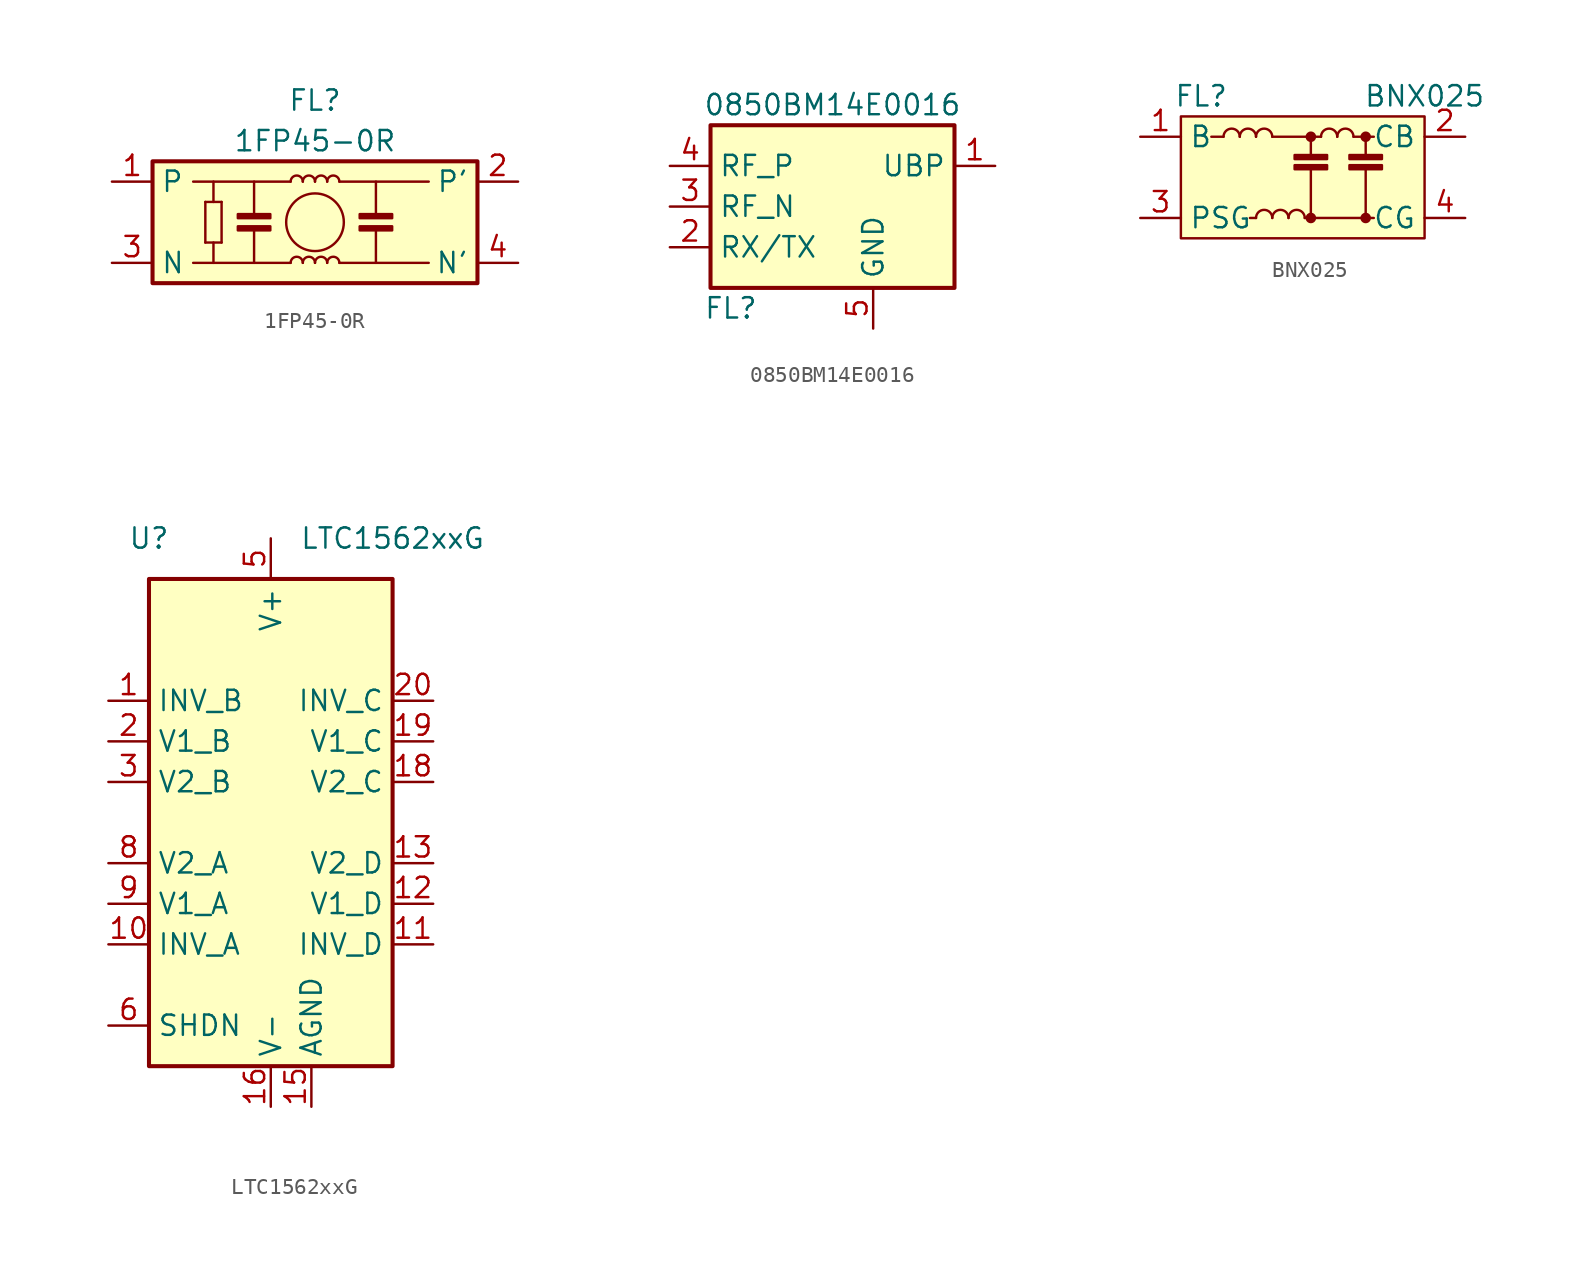
<source format=kicad_sym>
(kicad_symbol_lib
  (version 20201005)
  (generator kicad_symbol_editor)
  (symbol "1FP45-0R"
    (property "Reference" "FL"
      (at 0 7.62 0)
      (effects (font (size 1.27 1.27))))
    (property "Value" "1FP45-0R"
      (at 0 5.08 0)
      (effects (font (size 1.27 1.27))))
    (symbol "1FP45-0R_1_1"
      (arc (start -0.762 -2.54) (end -1.524 -2.54) (radius (at -1.143 -2.54) (length 0.381) (angles 0.1 179.9)) (stroke (width 0)) (fill (type none)))
      (arc (start -0.762 2.54) (end -1.524 2.54) (radius (at -1.143 2.54) (length 0.381) (angles 0.1 179.9)) (stroke (width 0)) (fill (type none)))
      (arc (start 0 -2.54) (end -0.762 -2.54) (radius (at -0.381 -2.54) (length 0.381) (angles 0.1 179.9)) (stroke (width 0)) (fill (type none)))
      (arc (start 0 2.54) (end -0.762 2.54) (radius (at -0.381 2.54) (length 0.381) (angles 0.1 179.9)) (stroke (width 0)) (fill (type none)))
      (arc (start 0.762 -2.54) (end 0 -2.54) (radius (at 0.381 -2.54) (length 0.381) (angles 0.1 179.9)) (stroke (width 0)) (fill (type none)))
      (arc (start 0.762 2.54) (end 0 2.54) (radius (at 0.381 2.54) (length 0.381) (angles 0.1 179.9)) (stroke (width 0)) (fill (type none)))
      (arc (start 1.524 -2.54) (end 0.762 -2.54) (radius (at 1.143 -2.54) (length 0.381) (angles 0.1 179.9)) (stroke (width 0)) (fill (type none)))
      (arc (start 1.524 2.54) (end 0.762 2.54) (radius (at 1.143 2.54) (length 0.381) (angles 0.1 179.9)) (stroke (width 0)) (fill (type none)))
      (circle (center 0 0) (radius 1.803) (stroke (width 0)) (fill (type none)))
      (rectangle (start -4.826 -0.254) (end -2.794 -0.508) (stroke (width 0)) (fill (type outline)))
      (rectangle (start -4.826 0.254) (end -2.794 0.508) (stroke (width 0)) (fill (type outline)))
      (rectangle (start 2.794 -0.254) (end 4.826 -0.508) (stroke (width 0)) (fill (type outline)))
      (rectangle (start 2.794 0.254) (end 4.826 0.508) (stroke (width 0)) (fill (type outline)))
      (rectangle (start -10.16 3.81) (end 10.16 -3.81) (stroke (width 0.254)) (fill (type background)))
      (polyline (pts (xy -6.858 -1.27) (xy -6.858 1.27)) (stroke (width 0)) (fill (type none)))
      (polyline (pts (xy -6.858 -1.27) (xy -5.842 -1.27)) (stroke (width 0)) (fill (type none)))
      (polyline (pts (xy -6.858 1.27) (xy -5.842 1.27)) (stroke (width 0)) (fill (type none)))
      (polyline (pts (xy -6.35 -1.27) (xy -6.35 -2.54)) (stroke (width 0)) (fill (type none)))
      (polyline (pts (xy -6.35 1.27) (xy -6.35 2.54)) (stroke (width 0)) (fill (type none)))
      (polyline (pts (xy -5.842 -1.27) (xy -5.842 1.27)) (stroke (width 0)) (fill (type none)))
      (polyline (pts (xy -3.81 -0.508) (xy -3.81 -2.54)) (stroke (width 0)) (fill (type none)))
      (polyline (pts (xy -3.81 0.508) (xy -3.81 2.54)) (stroke (width 0)) (fill (type none)))
      (polyline (pts (xy -1.524 -2.54) (xy -7.62 -2.54)) (stroke (width 0)) (fill (type none)))
      (polyline (pts (xy -1.524 2.54) (xy -7.62 2.54)) (stroke (width 0)) (fill (type none)))
      (polyline (pts (xy 1.524 -2.54) (xy 7.112 -2.54)) (stroke (width 0)) (fill (type none)))
      (polyline (pts (xy 3.81 -0.508) (xy 3.81 -2.54)) (stroke (width 0)) (fill (type none)))
      (polyline (pts (xy 3.81 0.508) (xy 3.81 2.54)) (stroke (width 0)) (fill (type none)))
      (polyline (pts (xy 7.112 2.54) (xy 1.524 2.54)) (stroke (width 0)) (fill (type none)))
      (pin passive line (at -12.7 2.54 0) (length 2.54) (name "P" (effects (font (size 1.27 1.27)))) (number "1" (effects (font (size 1.27 1.27)))))
      (pin passive line (at 12.7 2.54 180) (length 2.54) (name "P'" (effects (font (size 1.27 1.27)))) (number "2" (effects (font (size 1.27 1.27)))))
      (pin passive line (at -12.7 -2.54 0) (length 2.54) (name "N" (effects (font (size 1.27 1.27)))) (number "3" (effects (font (size 1.27 1.27)))))
      (pin passive line (at 12.7 -2.54 180) (length 2.54) (name "N'" (effects (font (size 1.27 1.27)))) (number "4" (effects (font (size 1.27 1.27)))))))
  (symbol "0850BM14E0016"
    (property "Reference" "FL"
      (at -6.35 -6.35 0)
      (effects (font (size 1.27 1.27))))
    (property "Value" "0850BM14E0016"
      (at 0 6.35 0)
      (effects (font (size 1.27 1.27))))
    (symbol "0850BM14E0016_0_0"
      (pin passive line (at 10.16 2.54 180) (length 2.54) (name "UBP" (effects (font (size 1.27 1.27)))) (number "1" (effects (font (size 1.27 1.27)))))
      (pin passive line (at -10.16 -2.54 0) (length 2.54) (name "RX/TX" (effects (font (size 1.27 1.27)))) (number "2" (effects (font (size 1.27 1.27)))))
      (pin passive line (at -10.16 0 0) (length 2.54) (name "RF_N" (effects (font (size 1.27 1.27)))) (number "3" (effects (font (size 1.27 1.27)))))
      (pin passive line (at -10.16 2.54 0) (length 2.54) (name "RF_P" (effects (font (size 1.27 1.27)))) (number "4" (effects (font (size 1.27 1.27)))))
      (pin power_in line (at 2.54 -7.62 90) (length 2.54) (name "GND" (effects (font (size 1.27 1.27)))) (number "5" (effects (font (size 1.27 1.27)))))
      (pin passive line (at 2.54 -7.62 90) (length 2.54) hide (name "GND" (effects (font (size 1.27 1.27)))) (number "6" (effects (font (size 1.27 1.27))))))
    (symbol "0850BM14E0016_0_1"
      (rectangle (start -7.62 5.08) (end 7.62 -5.08) (stroke (width 0.254)) (fill (type background)))))
  (symbol "BNX025"
    (property "Reference" "FL"
      (at -6.35 5.08 0)
      (effects (font (size 1.27 1.27))))
    (property "Value" "BNX025"
      (at 7.62 5.08 0)
      (effects (font (size 1.27 1.27))))
    (symbol "BNX025_0_1"
      (arc (start -1.905 -2.54) (end -2.921 -2.54) (radius (at -2.413 -2.54) (length 0.508) (angles 0.1 179.9)) (stroke (width 0)) (fill (type none)))
      (arc (start -0.889 -2.54) (end -1.905 -2.54) (radius (at -1.397 -2.54) (length 0.508) (angles 0.1 179.9)) (stroke (width 0)) (fill (type none)))
      (arc (start 0.127 -2.54) (end -0.889 -2.54) (radius (at -0.381 -2.54) (length 0.508) (angles 0.1 179.9)) (stroke (width 0)) (fill (type none)))
      (arc (start 2.159 2.54) (end 1.143 2.54) (radius (at 1.651 2.54) (length 0.508) (angles 0.1 179.9)) (stroke (width 0)) (fill (type none)))
      (arc (start 3.175 2.54) (end 2.159 2.54) (radius (at 2.667 2.54) (length 0.508) (angles 0.1 179.9)) (stroke (width 0)) (fill (type none)))
      (circle (center 0.508 2.54) (radius 0.254) (stroke (width 0)) (fill (type outline)))
      (rectangle (start -0.508 0.508) (end 1.524 0.762) (stroke (width 0)) (fill (type outline)))
      (rectangle (start 1.524 1.143) (end -0.508 1.397) (stroke (width 0)) (fill (type outline)))
      (rectangle (start -7.62 3.81) (end 7.62 -3.81) (stroke (width 0)) (fill (type background)))
      (polyline (pts (xy -4.953 2.54) (xy -5.715 2.54)) (stroke (width 0)) (fill (type none)))
      (polyline (pts (xy -3.302 -2.54) (xy -2.921 -2.54)) (stroke (width 0)) (fill (type none)))
      (polyline (pts (xy 0.127 -2.54) (xy 0.508 -2.54)) (stroke (width 0)) (fill (type none)))
      (polyline (pts (xy 0.381 2.54) (xy -1.905 2.54)) (stroke (width 0)) (fill (type none)))
      (polyline (pts (xy 0.508 -2.54) (xy 0.508 0.508)) (stroke (width 0)) (fill (type none)))
      (polyline (pts (xy 0.508 2.54) (xy 0.508 1.27)) (stroke (width 0)) (fill (type none)))
      (polyline (pts (xy 1.143 2.54) (xy 0.508 2.54)) (stroke (width 0)) (fill (type none)))
      (polyline (pts (xy 3.175 2.54) (xy 3.937 2.54)) (stroke (width 0)) (fill (type none)))
      (polyline (pts (xy 3.937 -2.54) (xy 0.508 -2.54)) (stroke (width 0)) (fill (type none)))
      (polyline (pts (xy 3.937 -2.54) (xy 3.937 0.508)) (stroke (width 0)) (fill (type none)))
      (polyline (pts (xy 3.937 -2.54) (xy 4.445 -2.54)) (stroke (width 0)) (fill (type none)))
      (polyline (pts (xy 3.937 2.54) (xy 3.937 1.27)) (stroke (width 0)) (fill (type none)))
      (polyline (pts (xy 3.937 2.54) (xy 4.445 2.54)) (stroke (width 0)) (fill (type none))))
    (symbol "BNX025_1_1"
      (arc (start -3.937 2.54) (end -4.953 2.54) (radius (at -4.445 2.54) (length 0.508) (angles 0.1 179.9)) (stroke (width 0)) (fill (type none)))
      (arc (start -2.921 2.54) (end -3.937 2.54) (radius (at -3.429 2.54) (length 0.508) (angles 0.1 179.9)) (stroke (width 0)) (fill (type none)))
      (arc (start -1.905 2.54) (end -2.921 2.54) (radius (at -2.413 2.54) (length 0.508) (angles 0.1 179.9)) (stroke (width 0)) (fill (type none)))
      (circle (center 0.508 -2.54) (radius 0.254) (stroke (width 0)) (fill (type outline)))
      (circle (center 3.937 -2.54) (radius 0.254) (stroke (width 0)) (fill (type outline)))
      (circle (center 3.937 2.54) (radius 0.254) (stroke (width 0)) (fill (type outline)))
      (rectangle (start 2.921 0.508) (end 4.953 0.762) (stroke (width 0)) (fill (type outline)))
      (rectangle (start 4.953 1.143) (end 2.921 1.397) (stroke (width 0)) (fill (type outline)))
      (pin passive line (at -10.16 2.54 0) (length 2.54) (name "B" (effects (font (size 1.27 1.27)))) (number "1" (effects (font (size 1.27 1.27)))))
      (pin passive line (at 10.16 2.54 180) (length 2.54) (name "CB" (effects (font (size 1.27 1.27)))) (number "2" (effects (font (size 1.27 1.27)))))
      (pin passive line (at -10.16 -2.54 0) (length 2.54) (name "PSG" (effects (font (size 1.27 1.27)))) (number "3" (effects (font (size 1.27 1.27)))))
      (pin passive line (at 10.16 -2.54 180) (length 2.54) (name "CG" (effects (font (size 1.27 1.27)))) (number "4" (effects (font (size 1.27 1.27)))))))
  (symbol "LTC1562xxG"
    (property "Reference" "U"
      (at -7.62 17.78 0)
      (effects (font (size 1.27 1.27))))
    (property "Value" "LTC1562xxG"
      (at 7.62 17.78 0)
      (effects (font (size 1.27 1.27))))
    (symbol "LTC1562xxG_0_1"
      (rectangle (start -7.62 15.24) (end 7.62 -15.24) (stroke (width 0.254)) (fill (type background))))
    (symbol "LTC1562xxG_1_1"
      (pin input line (at -10.16 7.62 0) (length 2.54) (name "INV_B" (effects (font (size 1.27 1.27)))) (number "1" (effects (font (size 1.27 1.27)))))
      (pin input line (at -10.16 -7.62 0) (length 2.54) (name "INV_A" (effects (font (size 1.27 1.27)))) (number "10" (effects (font (size 1.27 1.27)))))
      (pin input line (at 10.16 -7.62 180) (length 2.54) (name "INV_D" (effects (font (size 1.27 1.27)))) (number "11" (effects (font (size 1.27 1.27)))))
      (pin output line (at 10.16 -5.08 180) (length 2.54) (name "V1_D" (effects (font (size 1.27 1.27)))) (number "12" (effects (font (size 1.27 1.27)))))
      (pin output line (at 10.16 -2.54 180) (length 2.54) (name "V2_D" (effects (font (size 1.27 1.27)))) (number "13" (effects (font (size 1.27 1.27)))))
      (pin passive line (at 0 -17.78 90) (length 2.54) hide (name "V-" (effects (font (size 1.27 1.27)))) (number "14" (effects (font (size 1.27 1.27)))))
      (pin power_in line (at 2.54 -17.78 90) (length 2.54) (name "AGND" (effects (font (size 1.27 1.27)))) (number "15" (effects (font (size 1.27 1.27)))))
      (pin power_in line (at 0 -17.78 90) (length 2.54) (name "V-" (effects (font (size 1.27 1.27)))) (number "16" (effects (font (size 1.27 1.27)))))
      (pin passive line (at 0 -17.78 90) (length 2.54) hide (name "V-" (effects (font (size 1.27 1.27)))) (number "17" (effects (font (size 1.27 1.27)))))
      (pin output line (at 10.16 2.54 180) (length 2.54) (name "V2_C" (effects (font (size 1.27 1.27)))) (number "18" (effects (font (size 1.27 1.27)))))
      (pin output line (at 10.16 5.08 180) (length 2.54) (name "V1_C" (effects (font (size 1.27 1.27)))) (number "19" (effects (font (size 1.27 1.27)))))
      (pin output line (at -10.16 5.08 0) (length 2.54) (name "V1_B" (effects (font (size 1.27 1.27)))) (number "2" (effects (font (size 1.27 1.27)))))
      (pin input line (at 10.16 7.62 180) (length 2.54) (name "INV_C" (effects (font (size 1.27 1.27)))) (number "20" (effects (font (size 1.27 1.27)))))
      (pin output line (at -10.16 2.54 0) (length 2.54) (name "V2_B" (effects (font (size 1.27 1.27)))) (number "3" (effects (font (size 1.27 1.27)))))
      (pin passive line (at 0 -17.78 90) (length 2.54) hide (name "V-" (effects (font (size 1.27 1.27)))) (number "4" (effects (font (size 1.27 1.27)))))
      (pin power_in line (at 0 17.78 270) (length 2.54) (name "V+" (effects (font (size 1.27 1.27)))) (number "5" (effects (font (size 1.27 1.27)))))
      (pin input line (at -10.16 -12.7 0) (length 2.54) (name "SHDN" (effects (font (size 1.27 1.27)))) (number "6" (effects (font (size 1.27 1.27)))))
      (pin passive line (at 0 -17.78 90) (length 2.54) hide (name "V-" (effects (font (size 1.27 1.27)))) (number "7" (effects (font (size 1.27 1.27)))))
      (pin output line (at -10.16 -2.54 0) (length 2.54) (name "V2_A" (effects (font (size 1.27 1.27)))) (number "8" (effects (font (size 1.27 1.27)))))
      (pin output line (at -10.16 -5.08 0) (length 2.54) (name "V1_A" (effects (font (size 1.27 1.27)))) (number "9" (effects (font (size 1.27 1.27))))))))
</source>
